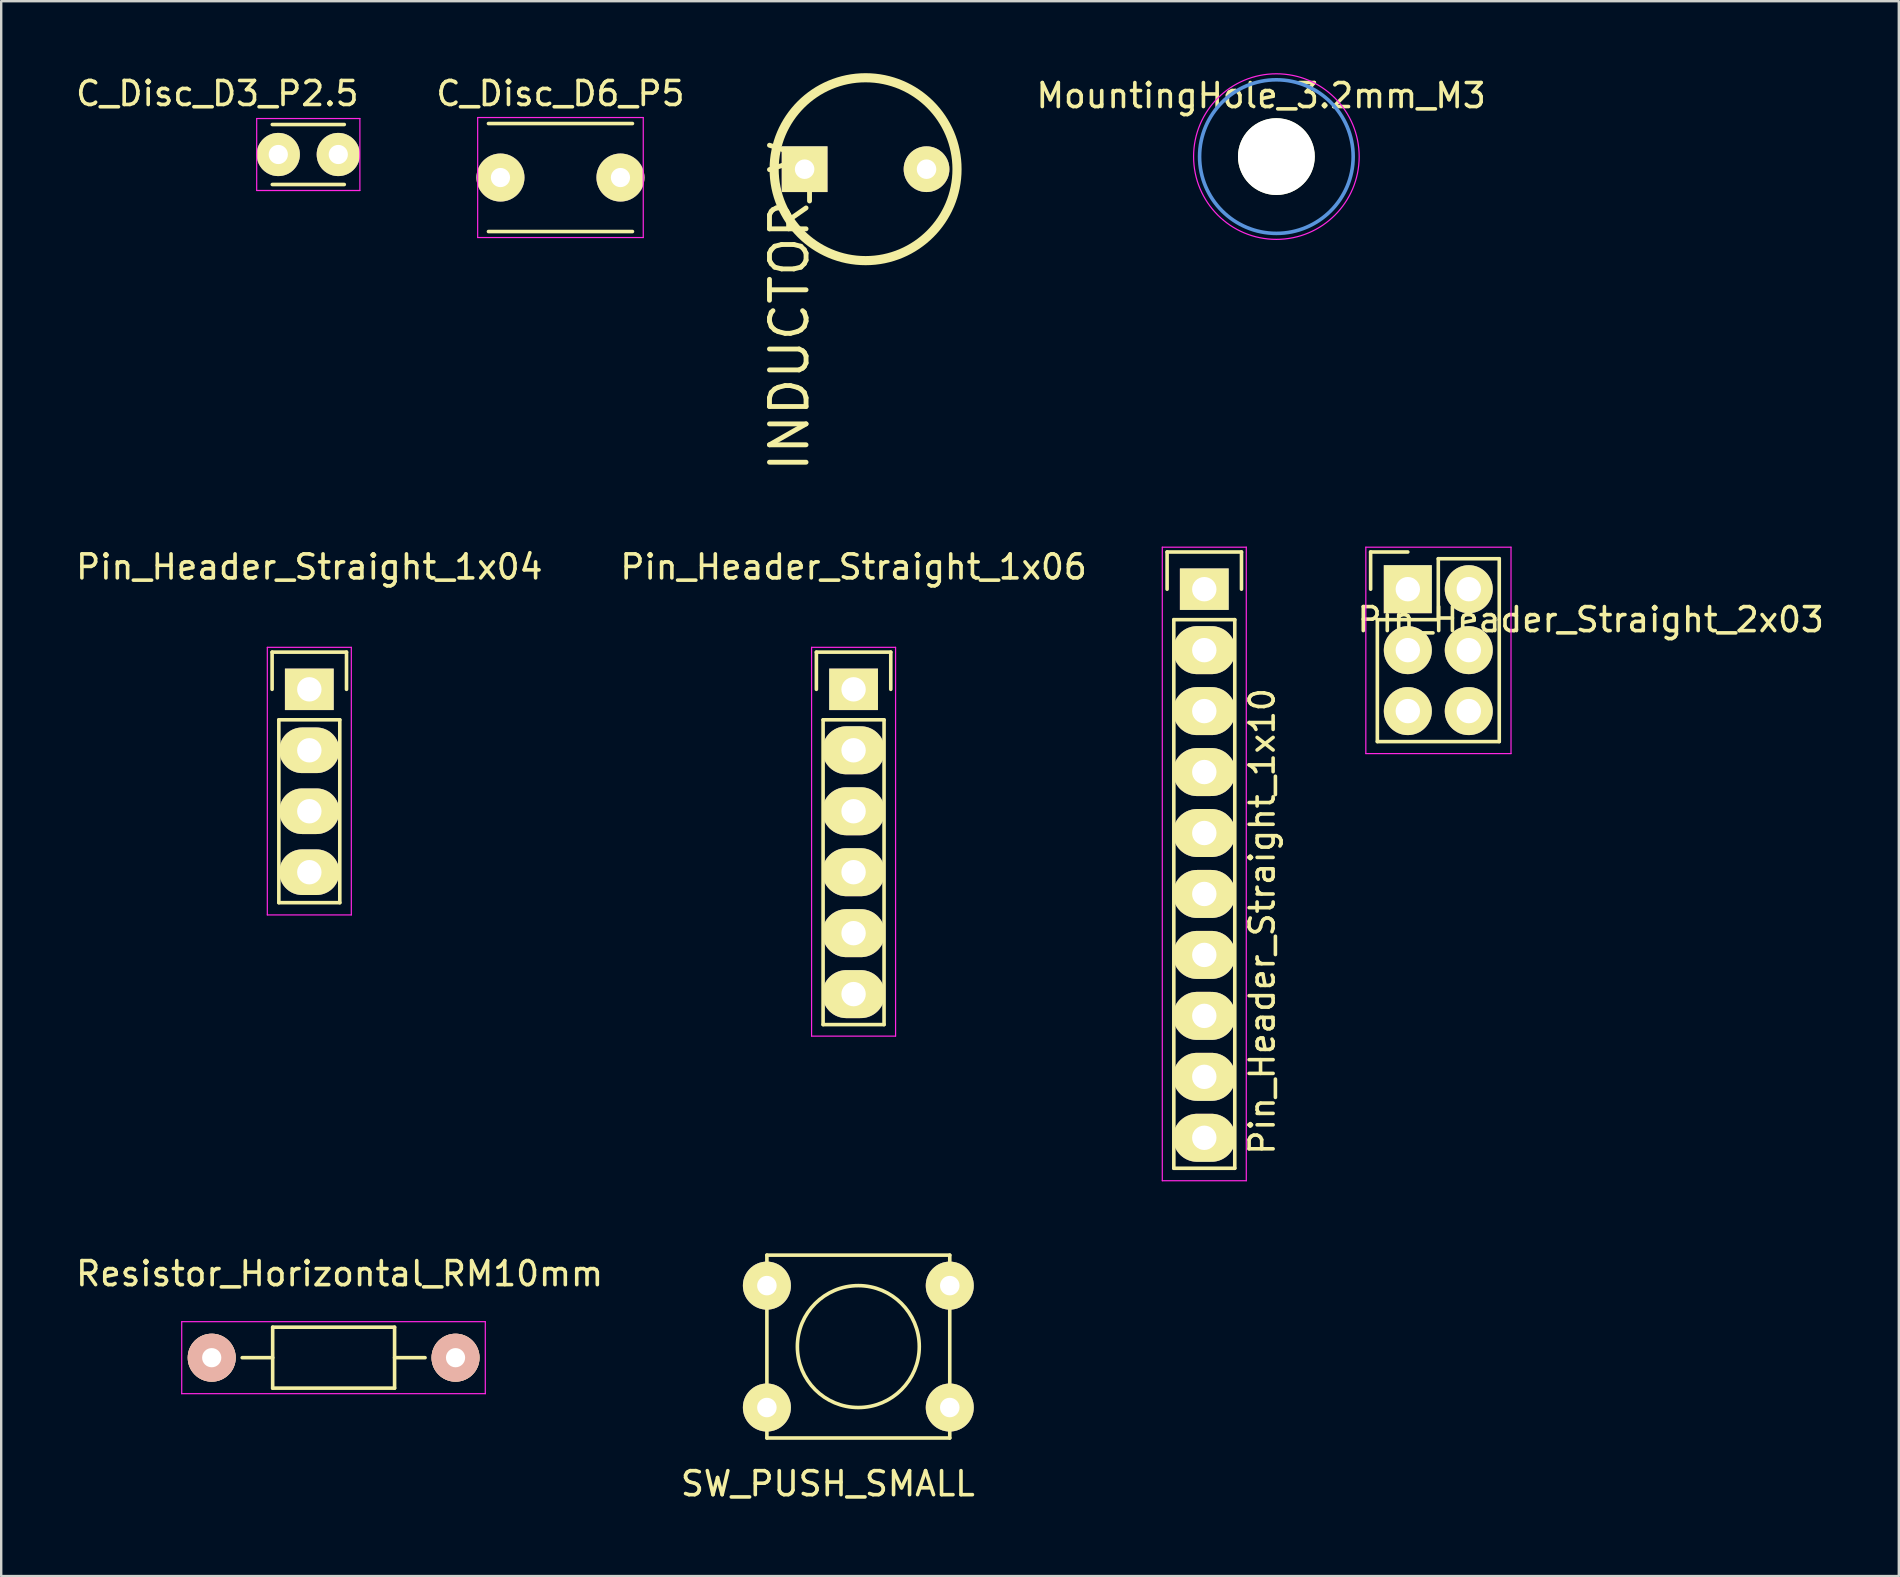
<source format=kicad_pcb>
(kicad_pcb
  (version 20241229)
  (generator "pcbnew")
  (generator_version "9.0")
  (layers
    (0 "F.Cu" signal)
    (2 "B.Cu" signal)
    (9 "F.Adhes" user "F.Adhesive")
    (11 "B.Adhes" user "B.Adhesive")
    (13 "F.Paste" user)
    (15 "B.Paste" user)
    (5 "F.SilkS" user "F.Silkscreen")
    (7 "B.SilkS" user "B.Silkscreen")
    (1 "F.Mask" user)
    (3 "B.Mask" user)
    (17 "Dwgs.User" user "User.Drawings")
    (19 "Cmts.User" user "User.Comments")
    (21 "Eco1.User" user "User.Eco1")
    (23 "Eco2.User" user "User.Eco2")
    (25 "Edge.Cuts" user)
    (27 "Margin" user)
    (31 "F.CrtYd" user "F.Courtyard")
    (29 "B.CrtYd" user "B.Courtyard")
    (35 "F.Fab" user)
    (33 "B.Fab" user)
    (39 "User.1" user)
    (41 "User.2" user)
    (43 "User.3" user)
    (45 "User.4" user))
  (footprint "Pin_Header_Straight_1x10"
    (layer "F.Cu")
    (at 47.132 21.501)
    (property "Reference" "Pin_Header_Straight_1x10" (at 2.413 13.843 90) (layer "F.SilkS") (effects (font (size 1 1) (thickness 0.15))))
    (attr through_hole)
    (fp_line (start -1.55 -1.55) (end 1.55 -1.55) (stroke (width 0.15) (type solid)) (layer "F.SilkS"))
    (fp_line (start -1.55 0) (end -1.55 -1.55) (stroke (width 0.15) (type solid)) (layer "F.SilkS"))
    (fp_line (start -1.27 24.13) (end -1.27 1.27) (stroke (width 0.15) (type solid)) (layer "F.SilkS"))
    (fp_line (start 1.27 1.27) (end -1.27 1.27) (stroke (width 0.15) (type solid)) (layer "F.SilkS"))
    (fp_line (start 1.27 1.27) (end 1.27 24.13) (stroke (width 0.15) (type solid)) (layer "F.SilkS"))
    (fp_line (start 1.27 24.13) (end -1.27 24.13) (stroke (width 0.15) (type solid)) (layer "F.SilkS"))
    (fp_line (start 1.55 -1.55) (end 1.55 0) (stroke (width 0.15) (type solid)) (layer "F.SilkS"))
    (fp_line (start -1.75 -1.75) (end -1.75 24.65) (stroke (width 0.05) (type solid)) (layer "F.CrtYd"))
    (fp_line (start -1.75 -1.75) (end 1.75 -1.75) (stroke (width 0.05) (type solid)) (layer "F.CrtYd"))
    (fp_line (start -1.75 24.65) (end 1.75 24.65) (stroke (width 0.05) (type solid)) (layer "F.CrtYd"))
    (fp_line (start 1.75 -1.75) (end 1.75 24.65) (stroke (width 0.05) (type solid)) (layer "F.CrtYd"))
    (pad "1" thru_hole rect (at 0 0) (size 2.032 1.727) (drill 1.016) (layers "*.Cu" "*.Mask" "F.SilkS"))
    (pad "2" thru_hole oval (at 0 2.54) (size 2.6 2) (drill 1.016) (layers "*.Cu" "*.Mask" "F.SilkS"))
    (pad "3" thru_hole oval (at 0 5.08) (size 2.6 2) (drill 1.016) (layers "*.Cu" "*.Mask" "F.SilkS"))
    (pad "4" thru_hole oval (at 0 7.62) (size 2.6 2) (drill 1.016) (layers "*.Cu" "*.Mask" "F.SilkS"))
    (pad "5" thru_hole oval (at 0 10.16) (size 2.6 2) (drill 1.016) (layers "*.Cu" "*.Mask" "F.SilkS"))
    (pad "6" thru_hole oval (at 0 12.7) (size 2.6 2) (drill 1.016) (layers "*.Cu" "*.Mask" "F.SilkS"))
    (pad "7" thru_hole oval (at 0 15.24) (size 2.6 2) (drill 1.016) (layers "*.Cu" "*.Mask" "F.SilkS"))
    (pad "8" thru_hole oval (at 0 17.78) (size 2.6 2) (drill 1.016) (layers "*.Cu" "*.Mask" "F.SilkS"))
    (pad "9" thru_hole oval (at 0 20.32) (size 2.6 2) (drill 1.016) (layers "*.Cu" "*.Mask" "F.SilkS"))
    (pad "10" thru_hole oval (at 0 22.86) (size 2.6 2) (drill 1.016) (layers "*.Cu" "*.Mask" "F.SilkS")))
  (footprint "Pin_Header_Straight_1x04"
    (layer "F.Cu")
    (at 9.839 25.674)
    (property "Reference" "Pin_Header_Straight_1x04" (at 0 -5.1 0) (layer "F.SilkS") (effects (font (size 1 1) (thickness 0.15))))
    (attr through_hole)
    (fp_line (start -1.55 -1.55) (end 1.55 -1.55) (stroke (width 0.15) (type solid)) (layer "F.SilkS"))
    (fp_line (start -1.55 0) (end -1.55 -1.55) (stroke (width 0.15) (type solid)) (layer "F.SilkS"))
    (fp_line (start -1.27 1.27) (end -1.27 8.89) (stroke (width 0.15) (type solid)) (layer "F.SilkS"))
    (fp_line (start -1.27 8.89) (end 1.27 8.89) (stroke (width 0.15) (type solid)) (layer "F.SilkS"))
    (fp_line (start 1.27 1.27) (end -1.27 1.27) (stroke (width 0.15) (type solid)) (layer "F.SilkS"))
    (fp_line (start 1.27 1.27) (end 1.27 8.89) (stroke (width 0.15) (type solid)) (layer "F.SilkS"))
    (fp_line (start 1.55 -1.55) (end 1.55 0) (stroke (width 0.15) (type solid)) (layer "F.SilkS"))
    (fp_line (start -1.75 -1.75) (end -1.75 9.4) (stroke (width 0.05) (type solid)) (layer "F.CrtYd"))
    (fp_line (start -1.75 -1.75) (end 1.75 -1.75) (stroke (width 0.05) (type solid)) (layer "F.CrtYd"))
    (fp_line (start -1.75 9.4) (end 1.75 9.4) (stroke (width 0.05) (type solid)) (layer "F.CrtYd"))
    (fp_line (start 1.75 -1.75) (end 1.75 9.4) (stroke (width 0.05) (type solid)) (layer "F.CrtYd"))
    (pad "1" thru_hole rect (at 0 0) (size 2.032 1.727) (drill 1.016) (layers "*.Cu" "*.Mask" "F.SilkS"))
    (pad "2" thru_hole oval (at 0 2.54) (size 2.5 1.9) (drill 1.016) (layers "*.Cu" "*.Mask" "F.SilkS"))
    (pad "3" thru_hole oval (at 0 5.08) (size 2.5 1.9) (drill 1.016) (layers "*.Cu" "*.Mask" "F.SilkS"))
    (pad "4" thru_hole oval (at 0 7.62) (size 2.5 1.9) (drill 1.016) (layers "*.Cu" "*.Mask" "F.SilkS")))
  (footprint "Resistor_Horizontal_RM10mm"
    (layer "F.Cu")
    (at 5.772 53.524)
    (property "Reference" "Resistor_Horizontal_RM10mm" (at 5.329 -3.5 0) (layer "F.SilkS") (effects (font (size 1 1) (thickness 0.15))))
    (attr through_hole)
    (fp_line (start 2.54 -1.27) (end 7.62 -1.27) (stroke (width 0.15) (type solid)) (layer "F.SilkS"))
    (fp_line (start 2.54 0) (end 1.27 0) (stroke (width 0.15) (type solid)) (layer "F.SilkS"))
    (fp_line (start 2.54 1.27) (end 2.54 -1.27) (stroke (width 0.15) (type solid)) (layer "F.SilkS"))
    (fp_line (start 7.62 -1.27) (end 7.62 1.27) (stroke (width 0.15) (type solid)) (layer "F.SilkS"))
    (fp_line (start 7.62 0) (end 8.89 0) (stroke (width 0.15) (type solid)) (layer "F.SilkS"))
    (fp_line (start 7.62 1.27) (end 2.54 1.27) (stroke (width 0.15) (type solid)) (layer "F.SilkS"))
    (fp_line (start -1.25 -1.5) (end 11.4 -1.5) (stroke (width 0.05) (type solid)) (layer "F.CrtYd"))
    (fp_line (start -1.25 1.5) (end -1.25 -1.5) (stroke (width 0.05) (type solid)) (layer "F.CrtYd"))
    (fp_line (start -1.25 1.5) (end 11.4 1.5) (stroke (width 0.05) (type solid)) (layer "F.CrtYd"))
    (fp_line (start 11.4 -1.5) (end 11.4 1.5) (stroke (width 0.05) (type solid)) (layer "F.CrtYd"))
    (pad "1" thru_hole circle (at 0 0) (size 1.999 1.999) (drill 0.8) (layers "*.Cu" "*.SilkS" "*.Mask"))
    (pad "2" thru_hole circle (at 10.16 0) (size 1.999 1.999) (drill 0.8) (layers "*.Cu" "*.SilkS" "*.Mask")))
  (footprint "C_Disc_D6_P5"
    (layer "F.Cu")
    (at 17.804 4.348)
    (property "Reference" "C_Disc_D6_P5" (at 2.5 -3.5 0) (layer "F.SilkS") (effects (font (size 1 1) (thickness 0.15))))
    (attr through_hole)
    (fp_line (start -0.5 -2.25) (end 5.5 -2.25) (stroke (width 0.15) (type solid)) (layer "F.SilkS"))
    (fp_line (start 5.5 2.25) (end -0.5 2.25) (stroke (width 0.15) (type solid)) (layer "F.SilkS"))
    (fp_line (start -0.95 -2.5) (end 5.95 -2.5) (stroke (width 0.05) (type solid)) (layer "F.CrtYd"))
    (fp_line (start -0.95 2.5) (end -0.95 -2.5) (stroke (width 0.05) (type solid)) (layer "F.CrtYd"))
    (fp_line (start 5.95 -2.5) (end 5.95 2.5) (stroke (width 0.05) (type solid)) (layer "F.CrtYd"))
    (fp_line (start 5.95 2.5) (end -0.95 2.5) (stroke (width 0.05) (type solid)) (layer "F.CrtYd"))
    (pad "1" thru_hole circle (at 0 0) (size 2 2) (drill 0.8) (layers "*.Cu" "*.Mask" "F.SilkS"))
    (pad "2" thru_hole circle (at 5 0) (size 2 2) (drill 0.8) (layers "*.Cu" "*.Mask" "F.SilkS")))
  (footprint "SW_PUSH_SMALL"
    (layer "F.Cu")
    (at 32.716 53.061)
    (property "Reference" "SW_PUSH_SMALL" (at -1.27 5.715 0) (layer "F.SilkS") (effects (font (size 1 1) (thickness 0.15))))
    (attr through_hole)
    (fp_line (start -3.81 -3.81) (end -3.81 3.81) (stroke (width 0.15) (type solid)) (layer "F.SilkS"))
    (fp_line (start -3.81 -3.81) (end 3.81 -3.81) (stroke (width 0.15) (type solid)) (layer "F.SilkS"))
    (fp_line (start 3.81 -3.81) (end 3.81 3.81) (stroke (width 0.15) (type solid)) (layer "F.SilkS"))
    (fp_line (start 3.81 3.81) (end -3.81 3.81) (stroke (width 0.15) (type solid)) (layer "F.SilkS"))
    (fp_circle (center 0 0) (end 0 -2.54) (stroke (width 0.15) (type solid)) (fill no) (layer "F.SilkS"))
    (pad "1" thru_hole circle (at -3.81 -2.54) (size 2 2) (drill 0.813) (layers "*.Cu" "*.Mask" "F.SilkS"))
    (pad "1" thru_hole circle (at 3.81 -2.54) (size 2 2) (drill 0.813) (layers "*.Cu" "*.Mask" "F.SilkS"))
    (pad "2" thru_hole circle (at -3.81 2.54) (size 2 2) (drill 0.813) (layers "*.Cu" "*.Mask" "F.SilkS"))
    (pad "2" thru_hole circle (at 3.81 2.54) (size 2 2) (drill 0.813) (layers "*.Cu" "*.Mask" "F.SilkS")))
  (footprint "Pin_Header_Straight_1x06"
    (layer "F.Cu")
    (at 32.518 25.674)
    (property "Reference" "Pin_Header_Straight_1x06" (at 0 -5.1 0) (layer "F.SilkS") (effects (font (size 1 1) (thickness 0.15))))
    (attr through_hole)
    (fp_line (start -1.55 -1.55) (end 1.55 -1.55) (stroke (width 0.15) (type solid)) (layer "F.SilkS"))
    (fp_line (start -1.55 0) (end -1.55 -1.55) (stroke (width 0.15) (type solid)) (layer "F.SilkS"))
    (fp_line (start -1.27 13.97) (end -1.27 1.27) (stroke (width 0.15) (type solid)) (layer "F.SilkS"))
    (fp_line (start 1.27 1.27) (end -1.27 1.27) (stroke (width 0.15) (type solid)) (layer "F.SilkS"))
    (fp_line (start 1.27 1.27) (end 1.27 13.97) (stroke (width 0.15) (type solid)) (layer "F.SilkS"))
    (fp_line (start 1.27 13.97) (end -1.27 13.97) (stroke (width 0.15) (type solid)) (layer "F.SilkS"))
    (fp_line (start 1.55 -1.55) (end 1.55 0) (stroke (width 0.15) (type solid)) (layer "F.SilkS"))
    (fp_line (start -1.75 -1.75) (end -1.75 14.45) (stroke (width 0.05) (type solid)) (layer "F.CrtYd"))
    (fp_line (start -1.75 -1.75) (end 1.75 -1.75) (stroke (width 0.05) (type solid)) (layer "F.CrtYd"))
    (fp_line (start -1.75 14.45) (end 1.75 14.45) (stroke (width 0.05) (type solid)) (layer "F.CrtYd"))
    (fp_line (start 1.75 -1.75) (end 1.75 14.45) (stroke (width 0.05) (type solid)) (layer "F.CrtYd"))
    (pad "1" thru_hole rect (at 0 0) (size 2.032 1.727) (drill 1.016) (layers "*.Cu" "*.Mask" "F.SilkS"))
    (pad "2" thru_hole oval (at 0 2.54) (size 2.6 2) (drill 1.016) (layers "*.Cu" "*.Mask" "F.SilkS"))
    (pad "3" thru_hole oval (at 0 5.08) (size 2.6 2) (drill 1.016) (layers "*.Cu" "*.Mask" "F.SilkS"))
    (pad "4" thru_hole oval (at 0 7.62) (size 2.6 2) (drill 1.016) (layers "*.Cu" "*.Mask" "F.SilkS"))
    (pad "5" thru_hole oval (at 0 10.16) (size 2.6 2) (drill 1.016) (layers "*.Cu" "*.Mask" "F.SilkS"))
    (pad "6" thru_hole oval (at 0 12.7) (size 2.6 2) (drill 1.016) (layers "*.Cu" "*.Mask" "F.SilkS")))
  (footprint "MountingHole_3.2mm_M3"
    (layer "F.Cu")
    (at 50.136 3.475)
    (property "Reference" "MountingHole_3.2mm_M3" (at -0.635 -2.54 0) (layer "F.SilkS") (effects (font (size 1 1) (thickness 0.15))))
    (attr through_hole)
    (fp_circle (center 0 0) (end 3.2 0) (stroke (width 0.15) (type solid)) (fill no) (layer "Cmts.User"))
    (fp_circle (center 0 0) (end 3.45 0) (stroke (width 0.05) (type solid)) (fill no) (layer "F.CrtYd"))
    (pad "" np_thru_hole circle (at 0 0) (size 3.2 3.2) (drill 3.2) (layers "*.Cu" "*.Mask" "F.SilkS")))
  (footprint "Pin_Header_Straight_2x03"
    (layer "F.Cu")
    (at 55.613 21.501)
    (property "Reference" "Pin_Header_Straight_2x03" (at 7.62 1.27 0) (layer "F.SilkS") (effects (font (size 1 1) (thickness 0.15))))
    (attr through_hole)
    (fp_line (start -1.55 -1.55) (end -1.55 0) (stroke (width 0.15) (type solid)) (layer "F.SilkS"))
    (fp_line (start -1.55 -1.55) (end 0 -1.55) (stroke (width 0.15) (type solid)) (layer "F.SilkS"))
    (fp_line (start -1.27 1.27) (end -1.27 6.35) (stroke (width 0.15) (type solid)) (layer "F.SilkS"))
    (fp_line (start -1.27 6.35) (end 3.81 6.35) (stroke (width 0.15) (type solid)) (layer "F.SilkS"))
    (fp_line (start 1.27 -1.27) (end 1.27 1.27) (stroke (width 0.15) (type solid)) (layer "F.SilkS"))
    (fp_line (start 1.27 1.27) (end -1.27 1.27) (stroke (width 0.15) (type solid)) (layer "F.SilkS"))
    (fp_line (start 3.81 -1.27) (end 1.27 -1.27) (stroke (width 0.15) (type solid)) (layer "F.SilkS"))
    (fp_line (start 3.81 1.27) (end 3.81 -1.27) (stroke (width 0.15) (type solid)) (layer "F.SilkS"))
    (fp_line (start 3.81 6.35) (end 3.81 1.27) (stroke (width 0.15) (type solid)) (layer "F.SilkS"))
    (fp_line (start -1.75 -1.75) (end -1.75 6.85) (stroke (width 0.05) (type solid)) (layer "F.CrtYd"))
    (fp_line (start -1.75 -1.75) (end 4.3 -1.75) (stroke (width 0.05) (type solid)) (layer "F.CrtYd"))
    (fp_line (start -1.75 6.85) (end 4.3 6.85) (stroke (width 0.05) (type solid)) (layer "F.CrtYd"))
    (fp_line (start 4.3 -1.75) (end 4.3 6.85) (stroke (width 0.05) (type solid)) (layer "F.CrtYd"))
    (pad "1" thru_hole rect (at 0 0) (size 2 2) (drill 1.016) (layers "*.Cu" "*.Mask" "F.SilkS"))
    (pad "2" thru_hole circle (at 2.54 0) (size 2 2) (drill 1.016) (layers "*.Cu" "*.Mask" "F.SilkS"))
    (pad "3" thru_hole circle (at 0 2.54) (size 2 2) (drill 1.016) (layers "*.Cu" "*.Mask" "F.SilkS"))
    (pad "4" thru_hole circle (at 2.54 2.54) (size 2 2) (drill 1.016) (layers "*.Cu" "*.Mask" "F.SilkS"))
    (pad "5" thru_hole circle (at 0 5.08) (size 2 2) (drill 1.016) (layers "*.Cu" "*.Mask" "F.SilkS"))
    (pad "6" thru_hole circle (at 2.54 5.08) (size 2 2) (drill 1.016) (layers "*.Cu" "*.Mask" "F.SilkS")))
  (footprint "C_Disc_D3_P2.5"
    (layer "F.Cu")
    (at 8.546 3.388)
    (property "Reference" "C_Disc_D3_P2.5" (at -2.54 -2.54 0) (layer "F.SilkS") (effects (font (size 1 1) (thickness 0.15))))
    (attr through_hole)
    (fp_line (start -0.25 -1.25) (end 2.75 -1.25) (stroke (width 0.15) (type solid)) (layer "F.SilkS"))
    (fp_line (start 2.75 1.25) (end -0.25 1.25) (stroke (width 0.15) (type solid)) (layer "F.SilkS"))
    (fp_line (start -0.9 -1.5) (end 3.4 -1.5) (stroke (width 0.05) (type solid)) (layer "F.CrtYd"))
    (fp_line (start -0.9 1.5) (end -0.9 -1.5) (stroke (width 0.05) (type solid)) (layer "F.CrtYd"))
    (fp_line (start 3.4 -1.5) (end 3.4 1.5) (stroke (width 0.05) (type solid)) (layer "F.CrtYd"))
    (fp_line (start 3.4 1.5) (end -0.9 1.5) (stroke (width 0.05) (type solid)) (layer "F.CrtYd"))
    (pad "1" thru_hole circle (at 0 0) (size 1.8 1.8) (drill 0.8) (layers "*.Cu" "*.Mask" "F.SilkS"))
    (pad "2" thru_hole circle (at 2.5 0) (size 1.8 1.8) (drill 0.8) (layers "*.Cu" "*.Mask" "F.SilkS")))
  (footprint "INDUCTOR_V"
    (layer "F.Cu")
    (at 33.018 4)
    (property "Reference" "INDUCTOR_V" (at -3.175 5.715 90) (layer "F.SilkS") (effects (font (size 1.524 1.524) (thickness 0.203))))
    (attr through_hole)
    (fp_circle (center 0 0) (end 3.81 0) (stroke (width 0.381) (type solid)) (fill no) (layer "F.SilkS"))
    (pad "1" thru_hole rect (at -2.54 0) (size 1.905 1.905) (drill 0.813) (layers "*.Cu" "*.Mask" "F.SilkS"))
    (pad "2" thru_hole circle (at 2.54 0) (size 1.905 1.905) (drill 0.813) (layers "*.Cu" "*.Mask" "F.SilkS")))
  (gr_rect
    (start -3 -3)
    (end 76.072 62.624)
    (stroke (width 0.1) (type default))
    (fill no)
    (layer "Edge.Cuts")))
</source>
